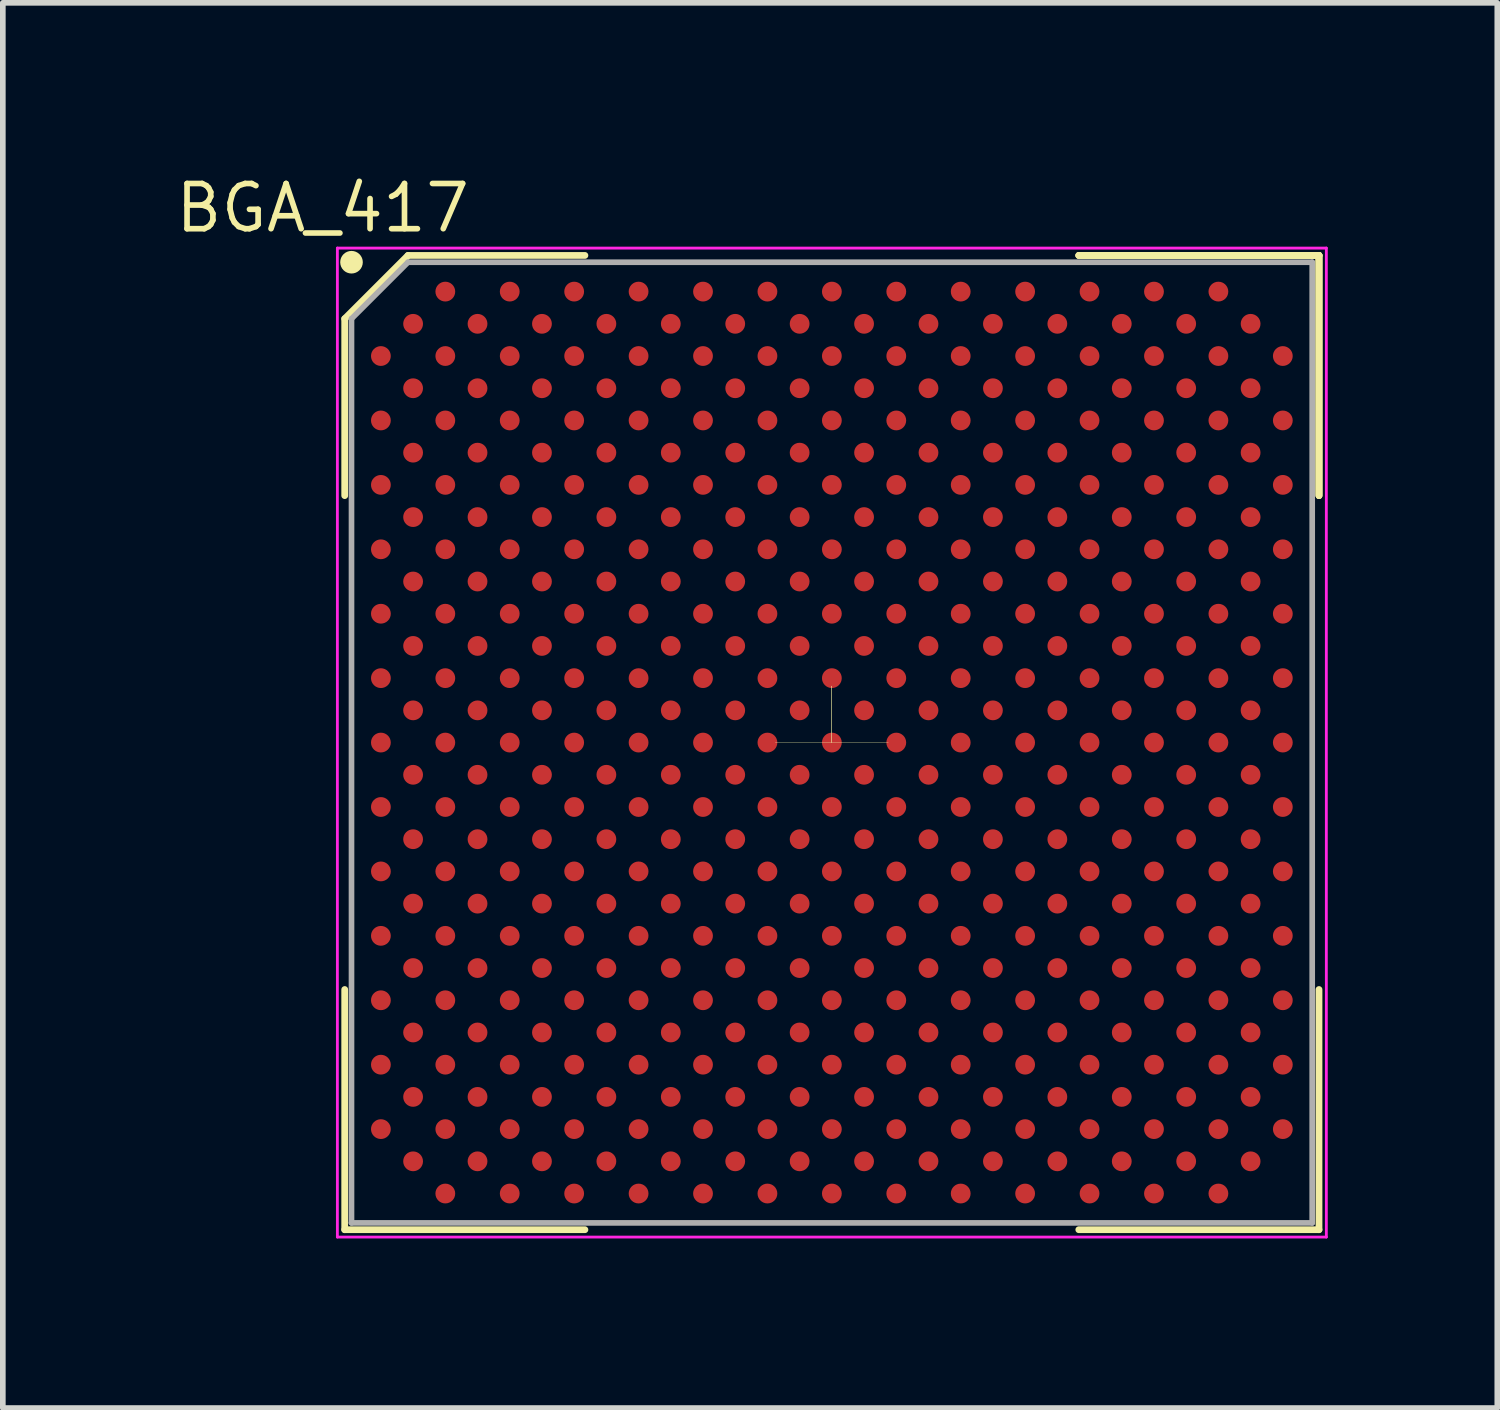
<source format=kicad_pcb>
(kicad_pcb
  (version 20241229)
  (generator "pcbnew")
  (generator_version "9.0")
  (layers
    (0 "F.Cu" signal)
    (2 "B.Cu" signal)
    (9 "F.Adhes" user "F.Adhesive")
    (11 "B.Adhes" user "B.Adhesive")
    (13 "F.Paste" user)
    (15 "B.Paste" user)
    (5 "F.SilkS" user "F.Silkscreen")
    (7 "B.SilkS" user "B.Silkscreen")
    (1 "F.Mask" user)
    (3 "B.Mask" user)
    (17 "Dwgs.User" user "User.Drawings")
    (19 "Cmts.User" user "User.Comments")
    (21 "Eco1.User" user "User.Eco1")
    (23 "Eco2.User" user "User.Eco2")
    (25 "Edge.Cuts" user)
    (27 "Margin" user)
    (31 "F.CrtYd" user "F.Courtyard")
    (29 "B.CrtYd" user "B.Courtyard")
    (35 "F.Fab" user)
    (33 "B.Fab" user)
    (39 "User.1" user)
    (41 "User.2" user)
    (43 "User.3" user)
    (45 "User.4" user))
  (footprint "BGA_417"
    (layer "F.Cu")
    (at 11.67 10.09)
    (property "Reference" "BGA_417" (at -9.01 -8.99 0) (unlocked yes) (layer "F.SilkS") (effects (font (size 0.8 0.8) (thickness 0.1)) (justify bottom)))
    (fp_line (start -8.62 -7.5) (end -8.62 -4.37) (stroke (width 0.12) (type solid)) (layer "F.SilkS"))
    (fp_line (start -8.62 8.62) (end -8.62 4.37) (stroke (width 0.12) (type solid)) (layer "F.SilkS"))
    (fp_line (start -7.5 -8.62) (end -8.62 -7.5) (stroke (width 0.12) (type solid)) (layer "F.SilkS"))
    (fp_line (start -4.37 -8.62) (end -7.5 -8.62) (stroke (width 0.12) (type solid)) (layer "F.SilkS"))
    (fp_line (start -4.37 8.62) (end -8.62 8.62) (stroke (width 0.12) (type solid)) (layer "F.SilkS"))
    (fp_line (start 0 0) (end -1 0) (stroke (width 0.005) (type solid)) (layer "F.SilkS"))
    (fp_line (start 0 0) (end 0 -1) (stroke (width 0.005) (type solid)) (layer "F.SilkS"))
    (fp_line (start 0 0) (end 0 -1) (stroke (width 0.005) (type solid)) (layer "F.SilkS"))
    (fp_line (start 0 0) (end 0 -1) (stroke (width 0.005) (type solid)) (layer "F.SilkS"))
    (fp_line (start 0 0) (end 1 0) (stroke (width 0.005) (type solid)) (layer "F.SilkS"))
    (fp_line (start 4.37 -8.62) (end 8.62 -8.62) (stroke (width 0.12) (type solid)) (layer "F.SilkS"))
    (fp_line (start 4.37 -8.62) (end 8.62 -8.62) (stroke (width 0.12) (type solid)) (layer "F.SilkS"))
    (fp_line (start 4.37 -8.62) (end 8.62 -8.62) (stroke (width 0.12) (type solid)) (layer "F.SilkS"))
    (fp_line (start 4.37 8.62) (end 8.62 8.62) (stroke (width 0.12) (type solid)) (layer "F.SilkS"))
    (fp_line (start 8.62 -8.62) (end 8.62 -4.37) (stroke (width 0.12) (type solid)) (layer "F.SilkS"))
    (fp_line (start 8.62 -8.62) (end 8.62 -4.37) (stroke (width 0.12) (type solid)) (layer "F.SilkS"))
    (fp_line (start 8.62 -8.62) (end 8.62 -4.37) (stroke (width 0.12) (type solid)) (layer "F.SilkS"))
    (fp_line (start 8.62 8.62) (end 8.62 4.37) (stroke (width 0.12) (type solid)) (layer "F.SilkS"))
    (fp_circle (center -8.5 -8.5) (end -8.5 -8.4) (stroke (width 0.2) (type solid)) (fill no) (layer "F.SilkS"))
    (fp_line (start -8.75 -8.75) (end 8.75 -8.75) (stroke (width 0.05) (type solid)) (layer "F.CrtYd"))
    (fp_line (start -8.75 8.75) (end -8.75 -8.75) (stroke (width 0.05) (type solid)) (layer "F.CrtYd"))
    (fp_line (start 8.75 -8.75) (end 8.75 8.75) (stroke (width 0.05) (type solid)) (layer "F.CrtYd"))
    (fp_line (start 8.75 8.75) (end -8.75 8.75) (stroke (width 0.05) (type solid)) (layer "F.CrtYd"))
    (fp_line (start -8.5 -7.5) (end -8.5 8.5) (stroke (width 0.1) (type solid)) (layer "F.Fab"))
    (fp_line (start -8.5 8.5) (end 8.5 8.5) (stroke (width 0.1) (type solid)) (layer "F.Fab"))
    (fp_line (start -7.5 -8.5) (end -8.5 -7.5) (stroke (width 0.1) (type solid)) (layer "F.Fab"))
    (fp_line (start 8.5 -8.5) (end -7.5 -8.5) (stroke (width 0.1) (type solid)) (layer "F.Fab"))
    (fp_line (start 8.5 8.5) (end 8.5 -8.5) (stroke (width 0.1) (type solid)) (layer "F.Fab"))
    (pad "A3" smd circle (at -6.84 -7.98) (size 0.35 0.35) (layers "F.Cu" "F.Mask" "F.Paste"))
    (pad "A5" smd circle (at -5.7 -7.98) (size 0.35 0.35) (layers "F.Cu" "F.Mask" "F.Paste"))
    (pad "A7" smd circle (at -4.56 -7.98) (size 0.35 0.35) (layers "F.Cu" "F.Mask" "F.Paste"))
    (pad "A9" smd circle (at -3.42 -7.98) (size 0.35 0.35) (layers "F.Cu" "F.Mask" "F.Paste"))
    (pad "A11" smd circle (at -2.28 -7.98) (size 0.35 0.35) (layers "F.Cu" "F.Mask" "F.Paste"))
    (pad "A13" smd circle (at -1.14 -7.98) (size 0.35 0.35) (layers "F.Cu" "F.Mask" "F.Paste"))
    (pad "A15" smd circle (at 0 -7.98) (size 0.35 0.35) (layers "F.Cu" "F.Mask" "F.Paste"))
    (pad "A17" smd circle (at 1.14 -7.98) (size 0.35 0.35) (layers "F.Cu" "F.Mask" "F.Paste"))
    (pad "A19" smd circle (at 2.28 -7.98) (size 0.35 0.35) (layers "F.Cu" "F.Mask" "F.Paste"))
    (pad "A21" smd circle (at 3.42 -7.98) (size 0.35 0.35) (layers "F.Cu" "F.Mask" "F.Paste"))
    (pad "A23" smd circle (at 4.56 -7.98) (size 0.35 0.35) (layers "F.Cu" "F.Mask" "F.Paste"))
    (pad "A25" smd circle (at 5.7 -7.98) (size 0.35 0.35) (layers "F.Cu" "F.Mask" "F.Paste"))
    (pad "A27" smd circle (at 6.84 -7.98) (size 0.35 0.35) (layers "F.Cu" "F.Mask" "F.Paste"))
    (pad "AA1" smd circle (at -7.98 3.42) (size 0.35 0.35) (layers "F.Cu" "F.Mask" "F.Paste"))
    (pad "AA3" smd circle (at -6.84 3.42) (size 0.35 0.35) (layers "F.Cu" "F.Mask" "F.Paste"))
    (pad "AA5" smd circle (at -5.7 3.42) (size 0.35 0.35) (layers "F.Cu" "F.Mask" "F.Paste"))
    (pad "AA7" smd circle (at -4.56 3.42) (size 0.35 0.35) (layers "F.Cu" "F.Mask" "F.Paste"))
    (pad "AA9" smd circle (at -3.42 3.42) (size 0.35 0.35) (layers "F.Cu" "F.Mask" "F.Paste"))
    (pad "AA11" smd circle (at -2.28 3.42) (size 0.35 0.35) (layers "F.Cu" "F.Mask" "F.Paste"))
    (pad "AA13" smd circle (at -1.14 3.42) (size 0.35 0.35) (layers "F.Cu" "F.Mask" "F.Paste"))
    (pad "AA15" smd circle (at 0 3.42) (size 0.35 0.35) (layers "F.Cu" "F.Mask" "F.Paste"))
    (pad "AA17" smd circle (at 1.14 3.42) (size 0.35 0.35) (layers "F.Cu" "F.Mask" "F.Paste"))
    (pad "AA19" smd circle (at 2.28 3.42) (size 0.35 0.35) (layers "F.Cu" "F.Mask" "F.Paste"))
    (pad "AA21" smd circle (at 3.42 3.42) (size 0.35 0.35) (layers "F.Cu" "F.Mask" "F.Paste"))
    (pad "AA23" smd circle (at 4.56 3.42) (size 0.35 0.35) (layers "F.Cu" "F.Mask" "F.Paste"))
    (pad "AA25" smd circle (at 5.7 3.42) (size 0.35 0.35) (layers "F.Cu" "F.Mask" "F.Paste"))
    (pad "AA27" smd circle (at 6.84 3.42) (size 0.35 0.35) (layers "F.Cu" "F.Mask" "F.Paste"))
    (pad "AA29" smd circle (at 7.98 3.42) (size 0.35 0.35) (layers "F.Cu" "F.Mask" "F.Paste"))
    (pad "AB2" smd circle (at -7.41 3.99) (size 0.35 0.35) (layers "F.Cu" "F.Mask" "F.Paste"))
    (pad "AB4" smd circle (at -6.27 3.99) (size 0.35 0.35) (layers "F.Cu" "F.Mask" "F.Paste"))
    (pad "AB6" smd circle (at -5.13 3.99) (size 0.35 0.35) (layers "F.Cu" "F.Mask" "F.Paste"))
    (pad "AB8" smd circle (at -3.99 3.99) (size 0.35 0.35) (layers "F.Cu" "F.Mask" "F.Paste"))
    (pad "AB10" smd circle (at -2.85 3.99) (size 0.35 0.35) (layers "F.Cu" "F.Mask" "F.Paste"))
    (pad "AB12" smd circle (at -1.71 3.99) (size 0.35 0.35) (layers "F.Cu" "F.Mask" "F.Paste"))
    (pad "AB14" smd circle (at -0.57 3.99) (size 0.35 0.35) (layers "F.Cu" "F.Mask" "F.Paste"))
    (pad "AB16" smd circle (at 0.57 3.99) (size 0.35 0.35) (layers "F.Cu" "F.Mask" "F.Paste"))
    (pad "AB18" smd circle (at 1.71 3.99) (size 0.35 0.35) (layers "F.Cu" "F.Mask" "F.Paste"))
    (pad "AB20" smd circle (at 2.85 3.99) (size 0.35 0.35) (layers "F.Cu" "F.Mask" "F.Paste"))
    (pad "AB22" smd circle (at 3.99 3.99) (size 0.35 0.35) (layers "F.Cu" "F.Mask" "F.Paste"))
    (pad "AB24" smd circle (at 5.13 3.99) (size 0.35 0.35) (layers "F.Cu" "F.Mask" "F.Paste"))
    (pad "AB26" smd circle (at 6.27 3.99) (size 0.35 0.35) (layers "F.Cu" "F.Mask" "F.Paste"))
    (pad "AB28" smd circle (at 7.41 3.99) (size 0.35 0.35) (layers "F.Cu" "F.Mask" "F.Paste"))
    (pad "AC1" smd circle (at -7.98 4.56) (size 0.35 0.35) (layers "F.Cu" "F.Mask" "F.Paste"))
    (pad "AC3" smd circle (at -6.84 4.56) (size 0.35 0.35) (layers "F.Cu" "F.Mask" "F.Paste"))
    (pad "AC5" smd circle (at -5.7 4.56) (size 0.35 0.35) (layers "F.Cu" "F.Mask" "F.Paste"))
    (pad "AC7" smd circle (at -4.56 4.56) (size 0.35 0.35) (layers "F.Cu" "F.Mask" "F.Paste"))
    (pad "AC9" smd circle (at -3.42 4.56) (size 0.35 0.35) (layers "F.Cu" "F.Mask" "F.Paste"))
    (pad "AC11" smd circle (at -2.28 4.56) (size 0.35 0.35) (layers "F.Cu" "F.Mask" "F.Paste"))
    (pad "AC13" smd circle (at -1.14 4.56) (size 0.35 0.35) (layers "F.Cu" "F.Mask" "F.Paste"))
    (pad "AC15" smd circle (at 0 4.56) (size 0.35 0.35) (layers "F.Cu" "F.Mask" "F.Paste"))
    (pad "AC17" smd circle (at 1.14 4.56) (size 0.35 0.35) (layers "F.Cu" "F.Mask" "F.Paste"))
    (pad "AC19" smd circle (at 2.28 4.56) (size 0.35 0.35) (layers "F.Cu" "F.Mask" "F.Paste"))
    (pad "AC21" smd circle (at 3.42 4.56) (size 0.35 0.35) (layers "F.Cu" "F.Mask" "F.Paste"))
    (pad "AC23" smd circle (at 4.56 4.56) (size 0.35 0.35) (layers "F.Cu" "F.Mask" "F.Paste"))
    (pad "AC25" smd circle (at 5.7 4.56) (size 0.35 0.35) (layers "F.Cu" "F.Mask" "F.Paste"))
    (pad "AC27" smd circle (at 6.84 4.56) (size 0.35 0.35) (layers "F.Cu" "F.Mask" "F.Paste"))
    (pad "AC29" smd circle (at 7.98 4.56) (size 0.35 0.35) (layers "F.Cu" "F.Mask" "F.Paste"))
    (pad "AD2" smd circle (at -7.41 5.13) (size 0.35 0.35) (layers "F.Cu" "F.Mask" "F.Paste"))
    (pad "AD4" smd circle (at -6.27 5.13) (size 0.35 0.35) (layers "F.Cu" "F.Mask" "F.Paste"))
    (pad "AD6" smd circle (at -5.13 5.13) (size 0.35 0.35) (layers "F.Cu" "F.Mask" "F.Paste"))
    (pad "AD8" smd circle (at -3.99 5.13) (size 0.35 0.35) (layers "F.Cu" "F.Mask" "F.Paste"))
    (pad "AD10" smd circle (at -2.85 5.13) (size 0.35 0.35) (layers "F.Cu" "F.Mask" "F.Paste"))
    (pad "AD12" smd circle (at -1.71 5.13) (size 0.35 0.35) (layers "F.Cu" "F.Mask" "F.Paste"))
    (pad "AD14" smd circle (at -0.57 5.13) (size 0.35 0.35) (layers "F.Cu" "F.Mask" "F.Paste"))
    (pad "AD16" smd circle (at 0.57 5.13) (size 0.35 0.35) (layers "F.Cu" "F.Mask" "F.Paste"))
    (pad "AD18" smd circle (at 1.71 5.13) (size 0.35 0.35) (layers "F.Cu" "F.Mask" "F.Paste"))
    (pad "AD20" smd circle (at 2.85 5.13) (size 0.35 0.35) (layers "F.Cu" "F.Mask" "F.Paste"))
    (pad "AD22" smd circle (at 3.99 5.13) (size 0.35 0.35) (layers "F.Cu" "F.Mask" "F.Paste"))
    (pad "AD24" smd circle (at 5.13 5.13) (size 0.35 0.35) (layers "F.Cu" "F.Mask" "F.Paste"))
    (pad "AD26" smd circle (at 6.27 5.13) (size 0.35 0.35) (layers "F.Cu" "F.Mask" "F.Paste"))
    (pad "AD28" smd circle (at 7.41 5.13) (size 0.35 0.35) (layers "F.Cu" "F.Mask" "F.Paste"))
    (pad "AE1" smd circle (at -7.98 5.7) (size 0.35 0.35) (layers "F.Cu" "F.Mask" "F.Paste"))
    (pad "AE3" smd circle (at -6.84 5.7) (size 0.35 0.35) (layers "F.Cu" "F.Mask" "F.Paste"))
    (pad "AE5" smd circle (at -5.7 5.7) (size 0.35 0.35) (layers "F.Cu" "F.Mask" "F.Paste"))
    (pad "AE7" smd circle (at -4.56 5.7) (size 0.35 0.35) (layers "F.Cu" "F.Mask" "F.Paste"))
    (pad "AE9" smd circle (at -3.42 5.7) (size 0.35 0.35) (layers "F.Cu" "F.Mask" "F.Paste"))
    (pad "AE11" smd circle (at -2.28 5.7) (size 0.35 0.35) (layers "F.Cu" "F.Mask" "F.Paste"))
    (pad "AE13" smd circle (at -1.14 5.7) (size 0.35 0.35) (layers "F.Cu" "F.Mask" "F.Paste"))
    (pad "AE15" smd circle (at 0 5.7) (size 0.35 0.35) (layers "F.Cu" "F.Mask" "F.Paste"))
    (pad "AE17" smd circle (at 1.14 5.7) (size 0.35 0.35) (layers "F.Cu" "F.Mask" "F.Paste"))
    (pad "AE19" smd circle (at 2.28 5.7) (size 0.35 0.35) (layers "F.Cu" "F.Mask" "F.Paste"))
    (pad "AE21" smd circle (at 3.42 5.7) (size 0.35 0.35) (layers "F.Cu" "F.Mask" "F.Paste"))
    (pad "AE23" smd circle (at 4.56 5.7) (size 0.35 0.35) (layers "F.Cu" "F.Mask" "F.Paste"))
    (pad "AE25" smd circle (at 5.7 5.7) (size 0.35 0.35) (layers "F.Cu" "F.Mask" "F.Paste"))
    (pad "AE27" smd circle (at 6.84 5.7) (size 0.35 0.35) (layers "F.Cu" "F.Mask" "F.Paste"))
    (pad "AE29" smd circle (at 7.98 5.7) (size 0.35 0.35) (layers "F.Cu" "F.Mask" "F.Paste"))
    (pad "AF2" smd circle (at -7.41 6.27) (size 0.35 0.35) (layers "F.Cu" "F.Mask" "F.Paste"))
    (pad "AF4" smd circle (at -6.27 6.27) (size 0.35 0.35) (layers "F.Cu" "F.Mask" "F.Paste"))
    (pad "AF6" smd circle (at -5.13 6.27) (size 0.35 0.35) (layers "F.Cu" "F.Mask" "F.Paste"))
    (pad "AF8" smd circle (at -3.99 6.27) (size 0.35 0.35) (layers "F.Cu" "F.Mask" "F.Paste"))
    (pad "AF10" smd circle (at -2.85 6.27) (size 0.35 0.35) (layers "F.Cu" "F.Mask" "F.Paste"))
    (pad "AF12" smd circle (at -1.71 6.27) (size 0.35 0.35) (layers "F.Cu" "F.Mask" "F.Paste"))
    (pad "AF14" smd circle (at -0.57 6.27) (size 0.35 0.35) (layers "F.Cu" "F.Mask" "F.Paste"))
    (pad "AF16" smd circle (at 0.57 6.27) (size 0.35 0.35) (layers "F.Cu" "F.Mask" "F.Paste"))
    (pad "AF18" smd circle (at 1.71 6.27) (size 0.35 0.35) (layers "F.Cu" "F.Mask" "F.Paste"))
    (pad "AF20" smd circle (at 2.85 6.27) (size 0.35 0.35) (layers "F.Cu" "F.Mask" "F.Paste"))
    (pad "AF22" smd circle (at 3.99 6.27) (size 0.35 0.35) (layers "F.Cu" "F.Mask" "F.Paste"))
    (pad "AF24" smd circle (at 5.13 6.27) (size 0.35 0.35) (layers "F.Cu" "F.Mask" "F.Paste"))
    (pad "AF26" smd circle (at 6.27 6.27) (size 0.35 0.35) (layers "F.Cu" "F.Mask" "F.Paste"))
    (pad "AF28" smd circle (at 7.41 6.27) (size 0.35 0.35) (layers "F.Cu" "F.Mask" "F.Paste"))
    (pad "AG1" smd circle (at -7.98 6.84) (size 0.35 0.35) (layers "F.Cu" "F.Mask" "F.Paste"))
    (pad "AG3" smd circle (at -6.84 6.84) (size 0.35 0.35) (layers "F.Cu" "F.Mask" "F.Paste"))
    (pad "AG5" smd circle (at -5.7 6.84) (size 0.35 0.35) (layers "F.Cu" "F.Mask" "F.Paste"))
    (pad "AG7" smd circle (at -4.56 6.84) (size 0.35 0.35) (layers "F.Cu" "F.Mask" "F.Paste"))
    (pad "AG9" smd circle (at -3.42 6.84) (size 0.35 0.35) (layers "F.Cu" "F.Mask" "F.Paste"))
    (pad "AG11" smd circle (at -2.28 6.84) (size 0.35 0.35) (layers "F.Cu" "F.Mask" "F.Paste"))
    (pad "AG13" smd circle (at -1.14 6.84) (size 0.35 0.35) (layers "F.Cu" "F.Mask" "F.Paste"))
    (pad "AG15" smd circle (at 0 6.84) (size 0.35 0.35) (layers "F.Cu" "F.Mask" "F.Paste"))
    (pad "AG17" smd circle (at 1.14 6.84) (size 0.35 0.35) (layers "F.Cu" "F.Mask" "F.Paste"))
    (pad "AG19" smd circle (at 2.28 6.84) (size 0.35 0.35) (layers "F.Cu" "F.Mask" "F.Paste"))
    (pad "AG21" smd circle (at 3.42 6.84) (size 0.35 0.35) (layers "F.Cu" "F.Mask" "F.Paste"))
    (pad "AG23" smd circle (at 4.56 6.84) (size 0.35 0.35) (layers "F.Cu" "F.Mask" "F.Paste"))
    (pad "AG25" smd circle (at 5.7 6.84) (size 0.35 0.35) (layers "F.Cu" "F.Mask" "F.Paste"))
    (pad "AG27" smd circle (at 6.84 6.84) (size 0.35 0.35) (layers "F.Cu" "F.Mask" "F.Paste"))
    (pad "AG29" smd circle (at 7.98 6.84) (size 0.35 0.35) (layers "F.Cu" "F.Mask" "F.Paste"))
    (pad "AH2" smd circle (at -7.41 7.41) (size 0.35 0.35) (layers "F.Cu" "F.Mask" "F.Paste"))
    (pad "AH4" smd circle (at -6.27 7.41) (size 0.35 0.35) (layers "F.Cu" "F.Mask" "F.Paste"))
    (pad "AH6" smd circle (at -5.13 7.41) (size 0.35 0.35) (layers "F.Cu" "F.Mask" "F.Paste"))
    (pad "AH8" smd circle (at -3.99 7.41) (size 0.35 0.35) (layers "F.Cu" "F.Mask" "F.Paste"))
    (pad "AH10" smd circle (at -2.85 7.41) (size 0.35 0.35) (layers "F.Cu" "F.Mask" "F.Paste"))
    (pad "AH12" smd circle (at -1.71 7.41) (size 0.35 0.35) (layers "F.Cu" "F.Mask" "F.Paste"))
    (pad "AH14" smd circle (at -0.57 7.41) (size 0.35 0.35) (layers "F.Cu" "F.Mask" "F.Paste"))
    (pad "AH16" smd circle (at 0.57 7.41) (size 0.35 0.35) (layers "F.Cu" "F.Mask" "F.Paste"))
    (pad "AH18" smd circle (at 1.71 7.41) (size 0.35 0.35) (layers "F.Cu" "F.Mask" "F.Paste"))
    (pad "AH20" smd circle (at 2.85 7.41) (size 0.35 0.35) (layers "F.Cu" "F.Mask" "F.Paste"))
    (pad "AH22" smd circle (at 3.99 7.41) (size 0.35 0.35) (layers "F.Cu" "F.Mask" "F.Paste"))
    (pad "AH24" smd circle (at 5.13 7.41) (size 0.35 0.35) (layers "F.Cu" "F.Mask" "F.Paste"))
    (pad "AH26" smd circle (at 6.27 7.41) (size 0.35 0.35) (layers "F.Cu" "F.Mask" "F.Paste"))
    (pad "AH28" smd circle (at 7.41 7.41) (size 0.35 0.35) (layers "F.Cu" "F.Mask" "F.Paste"))
    (pad "AJ3" smd circle (at -6.84 7.98) (size 0.35 0.35) (layers "F.Cu" "F.Mask" "F.Paste"))
    (pad "AJ5" smd circle (at -5.7 7.98) (size 0.35 0.35) (layers "F.Cu" "F.Mask" "F.Paste"))
    (pad "AJ7" smd circle (at -4.56 7.98) (size 0.35 0.35) (layers "F.Cu" "F.Mask" "F.Paste"))
    (pad "AJ9" smd circle (at -3.42 7.98) (size 0.35 0.35) (layers "F.Cu" "F.Mask" "F.Paste"))
    (pad "AJ11" smd circle (at -2.28 7.98) (size 0.35 0.35) (layers "F.Cu" "F.Mask" "F.Paste"))
    (pad "AJ13" smd circle (at -1.14 7.98) (size 0.35 0.35) (layers "F.Cu" "F.Mask" "F.Paste"))
    (pad "AJ15" smd circle (at 0 7.98) (size 0.35 0.35) (layers "F.Cu" "F.Mask" "F.Paste"))
    (pad "AJ17" smd circle (at 1.14 7.98) (size 0.35 0.35) (layers "F.Cu" "F.Mask" "F.Paste"))
    (pad "AJ19" smd circle (at 2.28 7.98) (size 0.35 0.35) (layers "F.Cu" "F.Mask" "F.Paste"))
    (pad "AJ21" smd circle (at 3.42 7.98) (size 0.35 0.35) (layers "F.Cu" "F.Mask" "F.Paste"))
    (pad "AJ23" smd circle (at 4.56 7.98) (size 0.35 0.35) (layers "F.Cu" "F.Mask" "F.Paste"))
    (pad "AJ25" smd circle (at 5.7 7.98) (size 0.35 0.35) (layers "F.Cu" "F.Mask" "F.Paste"))
    (pad "AJ27" smd circle (at 6.84 7.98) (size 0.35 0.35) (layers "F.Cu" "F.Mask" "F.Paste"))
    (pad "B2" smd circle (at -7.41 -7.41) (size 0.35 0.35) (layers "F.Cu" "F.Mask" "F.Paste"))
    (pad "B4" smd circle (at -6.27 -7.41) (size 0.35 0.35) (layers "F.Cu" "F.Mask" "F.Paste"))
    (pad "B6" smd circle (at -5.13 -7.41) (size 0.35 0.35) (layers "F.Cu" "F.Mask" "F.Paste"))
    (pad "B8" smd circle (at -3.99 -7.41) (size 0.35 0.35) (layers "F.Cu" "F.Mask" "F.Paste"))
    (pad "B10" smd circle (at -2.85 -7.41) (size 0.35 0.35) (layers "F.Cu" "F.Mask" "F.Paste"))
    (pad "B12" smd circle (at -1.71 -7.41) (size 0.35 0.35) (layers "F.Cu" "F.Mask" "F.Paste"))
    (pad "B14" smd circle (at -0.57 -7.41) (size 0.35 0.35) (layers "F.Cu" "F.Mask" "F.Paste"))
    (pad "B16" smd circle (at 0.57 -7.41) (size 0.35 0.35) (layers "F.Cu" "F.Mask" "F.Paste"))
    (pad "B18" smd circle (at 1.71 -7.41) (size 0.35 0.35) (layers "F.Cu" "F.Mask" "F.Paste"))
    (pad "B20" smd circle (at 2.85 -7.41) (size 0.35 0.35) (layers "F.Cu" "F.Mask" "F.Paste"))
    (pad "B22" smd circle (at 3.99 -7.41) (size 0.35 0.35) (layers "F.Cu" "F.Mask" "F.Paste"))
    (pad "B24" smd circle (at 5.13 -7.41) (size 0.35 0.35) (layers "F.Cu" "F.Mask" "F.Paste"))
    (pad "B26" smd circle (at 6.27 -7.41) (size 0.35 0.35) (layers "F.Cu" "F.Mask" "F.Paste"))
    (pad "B28" smd circle (at 7.41 -7.41) (size 0.35 0.35) (layers "F.Cu" "F.Mask" "F.Paste"))
    (pad "C1" smd circle (at -7.98 -6.84) (size 0.35 0.35) (layers "F.Cu" "F.Mask" "F.Paste"))
    (pad "C3" smd circle (at -6.84 -6.84) (size 0.35 0.35) (layers "F.Cu" "F.Mask" "F.Paste"))
    (pad "C5" smd circle (at -5.7 -6.84) (size 0.35 0.35) (layers "F.Cu" "F.Mask" "F.Paste"))
    (pad "C7" smd circle (at -4.56 -6.84) (size 0.35 0.35) (layers "F.Cu" "F.Mask" "F.Paste"))
    (pad "C9" smd circle (at -3.42 -6.84) (size 0.35 0.35) (layers "F.Cu" "F.Mask" "F.Paste"))
    (pad "C11" smd circle (at -2.28 -6.84) (size 0.35 0.35) (layers "F.Cu" "F.Mask" "F.Paste"))
    (pad "C13" smd circle (at -1.14 -6.84) (size 0.35 0.35) (layers "F.Cu" "F.Mask" "F.Paste"))
    (pad "C15" smd circle (at 0 -6.84) (size 0.35 0.35) (layers "F.Cu" "F.Mask" "F.Paste"))
    (pad "C17" smd circle (at 1.14 -6.84) (size 0.35 0.35) (layers "F.Cu" "F.Mask" "F.Paste"))
    (pad "C19" smd circle (at 2.28 -6.84) (size 0.35 0.35) (layers "F.Cu" "F.Mask" "F.Paste"))
    (pad "C21" smd circle (at 3.42 -6.84) (size 0.35 0.35) (layers "F.Cu" "F.Mask" "F.Paste"))
    (pad "C23" smd circle (at 4.56 -6.84) (size 0.35 0.35) (layers "F.Cu" "F.Mask" "F.Paste"))
    (pad "C25" smd circle (at 5.7 -6.84) (size 0.35 0.35) (layers "F.Cu" "F.Mask" "F.Paste"))
    (pad "C27" smd circle (at 6.84 -6.84) (size 0.35 0.35) (layers "F.Cu" "F.Mask" "F.Paste"))
    (pad "C29" smd circle (at 7.98 -6.84) (size 0.35 0.35) (layers "F.Cu" "F.Mask" "F.Paste"))
    (pad "D2" smd circle (at -7.41 -6.27) (size 0.35 0.35) (layers "F.Cu" "F.Mask" "F.Paste"))
    (pad "D4" smd circle (at -6.27 -6.27) (size 0.35 0.35) (layers "F.Cu" "F.Mask" "F.Paste"))
    (pad "D6" smd circle (at -5.13 -6.27) (size 0.35 0.35) (layers "F.Cu" "F.Mask" "F.Paste"))
    (pad "D8" smd circle (at -3.99 -6.27) (size 0.35 0.35) (layers "F.Cu" "F.Mask" "F.Paste"))
    (pad "D10" smd circle (at -2.85 -6.27) (size 0.35 0.35) (layers "F.Cu" "F.Mask" "F.Paste"))
    (pad "D12" smd circle (at -1.71 -6.27) (size 0.35 0.35) (layers "F.Cu" "F.Mask" "F.Paste"))
    (pad "D14" smd circle (at -0.57 -6.27) (size 0.35 0.35) (layers "F.Cu" "F.Mask" "F.Paste"))
    (pad "D16" smd circle (at 0.57 -6.27) (size 0.35 0.35) (layers "F.Cu" "F.Mask" "F.Paste"))
    (pad "D18" smd circle (at 1.71 -6.27) (size 0.35 0.35) (layers "F.Cu" "F.Mask" "F.Paste"))
    (pad "D20" smd circle (at 2.85 -6.27) (size 0.35 0.35) (layers "F.Cu" "F.Mask" "F.Paste"))
    (pad "D22" smd circle (at 3.99 -6.27) (size 0.35 0.35) (layers "F.Cu" "F.Mask" "F.Paste"))
    (pad "D24" smd circle (at 5.13 -6.27) (size 0.35 0.35) (layers "F.Cu" "F.Mask" "F.Paste"))
    (pad "D26" smd circle (at 6.27 -6.27) (size 0.35 0.35) (layers "F.Cu" "F.Mask" "F.Paste"))
    (pad "D28" smd circle (at 7.41 -6.27) (size 0.35 0.35) (layers "F.Cu" "F.Mask" "F.Paste"))
    (pad "E1" smd circle (at -7.98 -5.7) (size 0.35 0.35) (layers "F.Cu" "F.Mask" "F.Paste"))
    (pad "E3" smd circle (at -6.84 -5.7) (size 0.35 0.35) (layers "F.Cu" "F.Mask" "F.Paste"))
    (pad "E5" smd circle (at -5.7 -5.7) (size 0.35 0.35) (layers "F.Cu" "F.Mask" "F.Paste"))
    (pad "E7" smd circle (at -4.56 -5.7) (size 0.35 0.35) (layers "F.Cu" "F.Mask" "F.Paste"))
    (pad "E9" smd circle (at -3.42 -5.7) (size 0.35 0.35) (layers "F.Cu" "F.Mask" "F.Paste"))
    (pad "E11" smd circle (at -2.28 -5.7) (size 0.35 0.35) (layers "F.Cu" "F.Mask" "F.Paste"))
    (pad "E13" smd circle (at -1.14 -5.7) (size 0.35 0.35) (layers "F.Cu" "F.Mask" "F.Paste"))
    (pad "E15" smd circle (at 0 -5.7) (size 0.35 0.35) (layers "F.Cu" "F.Mask" "F.Paste"))
    (pad "E17" smd circle (at 1.14 -5.7) (size 0.35 0.35) (layers "F.Cu" "F.Mask" "F.Paste"))
    (pad "E19" smd circle (at 2.28 -5.7) (size 0.35 0.35) (layers "F.Cu" "F.Mask" "F.Paste"))
    (pad "E21" smd circle (at 3.42 -5.7) (size 0.35 0.35) (layers "F.Cu" "F.Mask" "F.Paste"))
    (pad "E23" smd circle (at 4.56 -5.7) (size 0.35 0.35) (layers "F.Cu" "F.Mask" "F.Paste"))
    (pad "E25" smd circle (at 5.7 -5.7) (size 0.35 0.35) (layers "F.Cu" "F.Mask" "F.Paste"))
    (pad "E27" smd circle (at 6.84 -5.7) (size 0.35 0.35) (layers "F.Cu" "F.Mask" "F.Paste"))
    (pad "E29" smd circle (at 7.98 -5.7) (size 0.35 0.35) (layers "F.Cu" "F.Mask" "F.Paste"))
    (pad "F2" smd circle (at -7.41 -5.13) (size 0.35 0.35) (layers "F.Cu" "F.Mask" "F.Paste"))
    (pad "F4" smd circle (at -6.27 -5.13) (size 0.35 0.35) (layers "F.Cu" "F.Mask" "F.Paste"))
    (pad "F6" smd circle (at -5.13 -5.13) (size 0.35 0.35) (layers "F.Cu" "F.Mask" "F.Paste"))
    (pad "F8" smd circle (at -3.99 -5.13) (size 0.35 0.35) (layers "F.Cu" "F.Mask" "F.Paste"))
    (pad "F10" smd circle (at -2.85 -5.13) (size 0.35 0.35) (layers "F.Cu" "F.Mask" "F.Paste"))
    (pad "F12" smd circle (at -1.71 -5.13) (size 0.35 0.35) (layers "F.Cu" "F.Mask" "F.Paste"))
    (pad "F14" smd circle (at -0.57 -5.13) (size 0.35 0.35) (layers "F.Cu" "F.Mask" "F.Paste"))
    (pad "F16" smd circle (at 0.57 -5.13) (size 0.35 0.35) (layers "F.Cu" "F.Mask" "F.Paste"))
    (pad "F18" smd circle (at 1.71 -5.13) (size 0.35 0.35) (layers "F.Cu" "F.Mask" "F.Paste"))
    (pad "F20" smd circle (at 2.85 -5.13) (size 0.35 0.35) (layers "F.Cu" "F.Mask" "F.Paste"))
    (pad "F22" smd circle (at 3.99 -5.13) (size 0.35 0.35) (layers "F.Cu" "F.Mask" "F.Paste"))
    (pad "F24" smd circle (at 5.13 -5.13) (size 0.35 0.35) (layers "F.Cu" "F.Mask" "F.Paste"))
    (pad "F26" smd circle (at 6.27 -5.13) (size 0.35 0.35) (layers "F.Cu" "F.Mask" "F.Paste"))
    (pad "F28" smd circle (at 7.41 -5.13) (size 0.35 0.35) (layers "F.Cu" "F.Mask" "F.Paste"))
    (pad "G1" smd circle (at -7.98 -4.56) (size 0.35 0.35) (layers "F.Cu" "F.Mask" "F.Paste"))
    (pad "G3" smd circle (at -6.84 -4.56) (size 0.35 0.35) (layers "F.Cu" "F.Mask" "F.Paste"))
    (pad "G5" smd circle (at -5.7 -4.56) (size 0.35 0.35) (layers "F.Cu" "F.Mask" "F.Paste"))
    (pad "G7" smd circle (at -4.56 -4.56) (size 0.35 0.35) (layers "F.Cu" "F.Mask" "F.Paste"))
    (pad "G9" smd circle (at -3.42 -4.56) (size 0.35 0.35) (layers "F.Cu" "F.Mask" "F.Paste"))
    (pad "G11" smd circle (at -2.28 -4.56) (size 0.35 0.35) (layers "F.Cu" "F.Mask" "F.Paste"))
    (pad "G13" smd circle (at -1.14 -4.56) (size 0.35 0.35) (layers "F.Cu" "F.Mask" "F.Paste"))
    (pad "G15" smd circle (at 0 -4.56) (size 0.35 0.35) (layers "F.Cu" "F.Mask" "F.Paste"))
    (pad "G17" smd circle (at 1.14 -4.56) (size 0.35 0.35) (layers "F.Cu" "F.Mask" "F.Paste"))
    (pad "G19" smd circle (at 2.28 -4.56) (size 0.35 0.35) (layers "F.Cu" "F.Mask" "F.Paste"))
    (pad "G21" smd circle (at 3.42 -4.56) (size 0.35 0.35) (layers "F.Cu" "F.Mask" "F.Paste"))
    (pad "G23" smd circle (at 4.56 -4.56) (size 0.35 0.35) (layers "F.Cu" "F.Mask" "F.Paste"))
    (pad "G25" smd circle (at 5.7 -4.56) (size 0.35 0.35) (layers "F.Cu" "F.Mask" "F.Paste"))
    (pad "G27" smd circle (at 6.84 -4.56) (size 0.35 0.35) (layers "F.Cu" "F.Mask" "F.Paste"))
    (pad "G29" smd circle (at 7.98 -4.56) (size 0.35 0.35) (layers "F.Cu" "F.Mask" "F.Paste"))
    (pad "H2" smd circle (at -7.41 -3.99) (size 0.35 0.35) (layers "F.Cu" "F.Mask" "F.Paste"))
    (pad "H4" smd circle (at -6.27 -3.99) (size 0.35 0.35) (layers "F.Cu" "F.Mask" "F.Paste"))
    (pad "H6" smd circle (at -5.13 -3.99) (size 0.35 0.35) (layers "F.Cu" "F.Mask" "F.Paste"))
    (pad "H8" smd circle (at -3.99 -3.99) (size 0.35 0.35) (layers "F.Cu" "F.Mask" "F.Paste"))
    (pad "H10" smd circle (at -2.85 -3.99) (size 0.35 0.35) (layers "F.Cu" "F.Mask" "F.Paste"))
    (pad "H12" smd circle (at -1.71 -3.99) (size 0.35 0.35) (layers "F.Cu" "F.Mask" "F.Paste"))
    (pad "H14" smd circle (at -0.57 -3.99) (size 0.35 0.35) (layers "F.Cu" "F.Mask" "F.Paste"))
    (pad "H16" smd circle (at 0.57 -3.99) (size 0.35 0.35) (layers "F.Cu" "F.Mask" "F.Paste"))
    (pad "H18" smd circle (at 1.71 -3.99) (size 0.35 0.35) (layers "F.Cu" "F.Mask" "F.Paste"))
    (pad "H20" smd circle (at 2.85 -3.99) (size 0.35 0.35) (layers "F.Cu" "F.Mask" "F.Paste"))
    (pad "H22" smd circle (at 3.99 -3.99) (size 0.35 0.35) (layers "F.Cu" "F.Mask" "F.Paste"))
    (pad "H24" smd circle (at 5.13 -3.99) (size 0.35 0.35) (layers "F.Cu" "F.Mask" "F.Paste"))
    (pad "H26" smd circle (at 6.27 -3.99) (size 0.35 0.35) (layers "F.Cu" "F.Mask" "F.Paste"))
    (pad "H28" smd circle (at 7.41 -3.99) (size 0.35 0.35) (layers "F.Cu" "F.Mask" "F.Paste"))
    (pad "J1" smd circle (at -7.98 -3.42) (size 0.35 0.35) (layers "F.Cu" "F.Mask" "F.Paste"))
    (pad "J3" smd circle (at -6.84 -3.42) (size 0.35 0.35) (layers "F.Cu" "F.Mask" "F.Paste"))
    (pad "J5" smd circle (at -5.7 -3.42) (size 0.35 0.35) (layers "F.Cu" "F.Mask" "F.Paste"))
    (pad "J7" smd circle (at -4.56 -3.42) (size 0.35 0.35) (layers "F.Cu" "F.Mask" "F.Paste"))
    (pad "J9" smd circle (at -3.42 -3.42) (size 0.35 0.35) (layers "F.Cu" "F.Mask" "F.Paste"))
    (pad "J11" smd circle (at -2.28 -3.42) (size 0.35 0.35) (layers "F.Cu" "F.Mask" "F.Paste"))
    (pad "J13" smd circle (at -1.14 -3.42) (size 0.35 0.35) (layers "F.Cu" "F.Mask" "F.Paste"))
    (pad "J15" smd circle (at 0 -3.42) (size 0.35 0.35) (layers "F.Cu" "F.Mask" "F.Paste"))
    (pad "J17" smd circle (at 1.14 -3.42) (size 0.35 0.35) (layers "F.Cu" "F.Mask" "F.Paste"))
    (pad "J19" smd circle (at 2.28 -3.42) (size 0.35 0.35) (layers "F.Cu" "F.Mask" "F.Paste"))
    (pad "J21" smd circle (at 3.42 -3.42) (size 0.35 0.35) (layers "F.Cu" "F.Mask" "F.Paste"))
    (pad "J23" smd circle (at 4.56 -3.42) (size 0.35 0.35) (layers "F.Cu" "F.Mask" "F.Paste"))
    (pad "J25" smd circle (at 5.7 -3.42) (size 0.35 0.35) (layers "F.Cu" "F.Mask" "F.Paste"))
    (pad "J27" smd circle (at 6.84 -3.42) (size 0.35 0.35) (layers "F.Cu" "F.Mask" "F.Paste"))
    (pad "J29" smd circle (at 7.98 -3.42) (size 0.35 0.35) (layers "F.Cu" "F.Mask" "F.Paste"))
    (pad "K2" smd circle (at -7.41 -2.85) (size 0.35 0.35) (layers "F.Cu" "F.Mask" "F.Paste"))
    (pad "K4" smd circle (at -6.27 -2.85) (size 0.35 0.35) (layers "F.Cu" "F.Mask" "F.Paste"))
    (pad "K6" smd circle (at -5.13 -2.85) (size 0.35 0.35) (layers "F.Cu" "F.Mask" "F.Paste"))
    (pad "K8" smd circle (at -3.99 -2.85) (size 0.35 0.35) (layers "F.Cu" "F.Mask" "F.Paste"))
    (pad "K10" smd circle (at -2.85 -2.85) (size 0.35 0.35) (layers "F.Cu" "F.Mask" "F.Paste"))
    (pad "K12" smd circle (at -1.71 -2.85) (size 0.35 0.35) (layers "F.Cu" "F.Mask" "F.Paste"))
    (pad "K14" smd circle (at -0.57 -2.85) (size 0.35 0.35) (layers "F.Cu" "F.Mask" "F.Paste"))
    (pad "K16" smd circle (at 0.57 -2.85) (size 0.35 0.35) (layers "F.Cu" "F.Mask" "F.Paste"))
    (pad "K18" smd circle (at 1.71 -2.85) (size 0.35 0.35) (layers "F.Cu" "F.Mask" "F.Paste"))
    (pad "K20" smd circle (at 2.85 -2.85) (size 0.35 0.35) (layers "F.Cu" "F.Mask" "F.Paste"))
    (pad "K22" smd circle (at 3.99 -2.85) (size 0.35 0.35) (layers "F.Cu" "F.Mask" "F.Paste"))
    (pad "K24" smd circle (at 5.13 -2.85) (size 0.35 0.35) (layers "F.Cu" "F.Mask" "F.Paste"))
    (pad "K26" smd circle (at 6.27 -2.85) (size 0.35 0.35) (layers "F.Cu" "F.Mask" "F.Paste"))
    (pad "K28" smd circle (at 7.41 -2.85) (size 0.35 0.35) (layers "F.Cu" "F.Mask" "F.Paste"))
    (pad "L1" smd circle (at -7.98 -2.28) (size 0.35 0.35) (layers "F.Cu" "F.Mask" "F.Paste"))
    (pad "L3" smd circle (at -6.84 -2.28) (size 0.35 0.35) (layers "F.Cu" "F.Mask" "F.Paste"))
    (pad "L5" smd circle (at -5.7 -2.28) (size 0.35 0.35) (layers "F.Cu" "F.Mask" "F.Paste"))
    (pad "L7" smd circle (at -4.56 -2.28) (size 0.35 0.35) (layers "F.Cu" "F.Mask" "F.Paste"))
    (pad "L9" smd circle (at -3.42 -2.28) (size 0.35 0.35) (layers "F.Cu" "F.Mask" "F.Paste"))
    (pad "L11" smd circle (at -2.28 -2.28) (size 0.35 0.35) (layers "F.Cu" "F.Mask" "F.Paste"))
    (pad "L13" smd circle (at -1.14 -2.28) (size 0.35 0.35) (layers "F.Cu" "F.Mask" "F.Paste"))
    (pad "L15" smd circle (at 0 -2.28) (size 0.35 0.35) (layers "F.Cu" "F.Mask" "F.Paste"))
    (pad "L17" smd circle (at 1.14 -2.28) (size 0.35 0.35) (layers "F.Cu" "F.Mask" "F.Paste"))
    (pad "L19" smd circle (at 2.28 -2.28) (size 0.35 0.35) (layers "F.Cu" "F.Mask" "F.Paste"))
    (pad "L21" smd circle (at 3.42 -2.28) (size 0.35 0.35) (layers "F.Cu" "F.Mask" "F.Paste"))
    (pad "L23" smd circle (at 4.56 -2.28) (size 0.35 0.35) (layers "F.Cu" "F.Mask" "F.Paste"))
    (pad "L25" smd circle (at 5.7 -2.28) (size 0.35 0.35) (layers "F.Cu" "F.Mask" "F.Paste"))
    (pad "L27" smd circle (at 6.84 -2.28) (size 0.35 0.35) (layers "F.Cu" "F.Mask" "F.Paste"))
    (pad "L29" smd circle (at 7.98 -2.28) (size 0.35 0.35) (layers "F.Cu" "F.Mask" "F.Paste"))
    (pad "M2" smd circle (at -7.41 -1.71) (size 0.35 0.35) (layers "F.Cu" "F.Mask" "F.Paste"))
    (pad "M4" smd circle (at -6.27 -1.71) (size 0.35 0.35) (layers "F.Cu" "F.Mask" "F.Paste"))
    (pad "M6" smd circle (at -5.13 -1.71) (size 0.35 0.35) (layers "F.Cu" "F.Mask" "F.Paste"))
    (pad "M8" smd circle (at -3.99 -1.71) (size 0.35 0.35) (layers "F.Cu" "F.Mask" "F.Paste"))
    (pad "M10" smd circle (at -2.85 -1.71) (size 0.35 0.35) (layers "F.Cu" "F.Mask" "F.Paste"))
    (pad "M12" smd circle (at -1.71 -1.71) (size 0.35 0.35) (layers "F.Cu" "F.Mask" "F.Paste"))
    (pad "M14" smd circle (at -0.57 -1.71) (size 0.35 0.35) (layers "F.Cu" "F.Mask" "F.Paste"))
    (pad "M16" smd circle (at 0.57 -1.71) (size 0.35 0.35) (layers "F.Cu" "F.Mask" "F.Paste"))
    (pad "M18" smd circle (at 1.71 -1.71) (size 0.35 0.35) (layers "F.Cu" "F.Mask" "F.Paste"))
    (pad "M20" smd circle (at 2.85 -1.71) (size 0.35 0.35) (layers "F.Cu" "F.Mask" "F.Paste"))
    (pad "M22" smd circle (at 3.99 -1.71) (size 0.35 0.35) (layers "F.Cu" "F.Mask" "F.Paste"))
    (pad "M24" smd circle (at 5.13 -1.71) (size 0.35 0.35) (layers "F.Cu" "F.Mask" "F.Paste"))
    (pad "M26" smd circle (at 6.27 -1.71) (size 0.35 0.35) (layers "F.Cu" "F.Mask" "F.Paste"))
    (pad "M28" smd circle (at 7.41 -1.71) (size 0.35 0.35) (layers "F.Cu" "F.Mask" "F.Paste"))
    (pad "N1" smd circle (at -7.98 -1.14) (size 0.35 0.35) (layers "F.Cu" "F.Mask" "F.Paste"))
    (pad "N3" smd circle (at -6.84 -1.14) (size 0.35 0.35) (layers "F.Cu" "F.Mask" "F.Paste"))
    (pad "N5" smd circle (at -5.7 -1.14) (size 0.35 0.35) (layers "F.Cu" "F.Mask" "F.Paste"))
    (pad "N7" smd circle (at -4.56 -1.14) (size 0.35 0.35) (layers "F.Cu" "F.Mask" "F.Paste"))
    (pad "N9" smd circle (at -3.42 -1.14) (size 0.35 0.35) (layers "F.Cu" "F.Mask" "F.Paste"))
    (pad "N11" smd circle (at -2.28 -1.14) (size 0.35 0.35) (layers "F.Cu" "F.Mask" "F.Paste"))
    (pad "N13" smd circle (at -1.14 -1.14) (size 0.35 0.35) (layers "F.Cu" "F.Mask" "F.Paste"))
    (pad "N15" smd circle (at 0 -1.14) (size 0.35 0.35) (layers "F.Cu" "F.Mask" "F.Paste"))
    (pad "N17" smd circle (at 1.14 -1.14) (size 0.35 0.35) (layers "F.Cu" "F.Mask" "F.Paste"))
    (pad "N19" smd circle (at 2.28 -1.14) (size 0.35 0.35) (layers "F.Cu" "F.Mask" "F.Paste"))
    (pad "N21" smd circle (at 3.42 -1.14) (size 0.35 0.35) (layers "F.Cu" "F.Mask" "F.Paste"))
    (pad "N23" smd circle (at 4.56 -1.14) (size 0.35 0.35) (layers "F.Cu" "F.Mask" "F.Paste"))
    (pad "N25" smd circle (at 5.7 -1.14) (size 0.35 0.35) (layers "F.Cu" "F.Mask" "F.Paste"))
    (pad "N27" smd circle (at 6.84 -1.14) (size 0.35 0.35) (layers "F.Cu" "F.Mask" "F.Paste"))
    (pad "N29" smd circle (at 7.98 -1.14) (size 0.35 0.35) (layers "F.Cu" "F.Mask" "F.Paste"))
    (pad "P2" smd circle (at -7.41 -0.57) (size 0.35 0.35) (layers "F.Cu" "F.Mask" "F.Paste"))
    (pad "P4" smd circle (at -6.27 -0.57) (size 0.35 0.35) (layers "F.Cu" "F.Mask" "F.Paste"))
    (pad "P6" smd circle (at -5.13 -0.57) (size 0.35 0.35) (layers "F.Cu" "F.Mask" "F.Paste"))
    (pad "P8" smd circle (at -3.99 -0.57) (size 0.35 0.35) (layers "F.Cu" "F.Mask" "F.Paste"))
    (pad "P10" smd circle (at -2.85 -0.57) (size 0.35 0.35) (layers "F.Cu" "F.Mask" "F.Paste"))
    (pad "P12" smd circle (at -1.71 -0.57) (size 0.35 0.35) (layers "F.Cu" "F.Mask" "F.Paste"))
    (pad "P14" smd circle (at -0.57 -0.57) (size 0.35 0.35) (layers "F.Cu" "F.Mask" "F.Paste"))
    (pad "P16" smd circle (at 0.57 -0.57) (size 0.35 0.35) (layers "F.Cu" "F.Mask" "F.Paste"))
    (pad "P18" smd circle (at 1.71 -0.57) (size 0.35 0.35) (layers "F.Cu" "F.Mask" "F.Paste"))
    (pad "P20" smd circle (at 2.85 -0.57) (size 0.35 0.35) (layers "F.Cu" "F.Mask" "F.Paste"))
    (pad "P22" smd circle (at 3.99 -0.57) (size 0.35 0.35) (layers "F.Cu" "F.Mask" "F.Paste"))
    (pad "P24" smd circle (at 5.13 -0.57) (size 0.35 0.35) (layers "F.Cu" "F.Mask" "F.Paste"))
    (pad "P26" smd circle (at 6.27 -0.57) (size 0.35 0.35) (layers "F.Cu" "F.Mask" "F.Paste"))
    (pad "P28" smd circle (at 7.41 -0.57) (size 0.35 0.35) (layers "F.Cu" "F.Mask" "F.Paste"))
    (pad "R1" smd circle (at -7.98 0) (size 0.35 0.35) (layers "F.Cu" "F.Mask" "F.Paste"))
    (pad "R3" smd circle (at -6.84 0) (size 0.35 0.35) (layers "F.Cu" "F.Mask" "F.Paste"))
    (pad "R5" smd circle (at -5.7 0) (size 0.35 0.35) (layers "F.Cu" "F.Mask" "F.Paste"))
    (pad "R7" smd circle (at -4.56 0) (size 0.35 0.35) (layers "F.Cu" "F.Mask" "F.Paste"))
    (pad "R9" smd circle (at -3.42 0) (size 0.35 0.35) (layers "F.Cu" "F.Mask" "F.Paste"))
    (pad "R11" smd circle (at -2.28 0) (size 0.35 0.35) (layers "F.Cu" "F.Mask" "F.Paste"))
    (pad "R13" smd circle (at -1.14 0) (size 0.35 0.35) (layers "F.Cu" "F.Mask" "F.Paste"))
    (pad "R15" smd circle (at 0 0) (size 0.35 0.35) (layers "F.Cu" "F.Mask" "F.Paste"))
    (pad "R17" smd circle (at 1.14 0) (size 0.35 0.35) (layers "F.Cu" "F.Mask" "F.Paste"))
    (pad "R19" smd circle (at 2.28 0) (size 0.35 0.35) (layers "F.Cu" "F.Mask" "F.Paste"))
    (pad "R21" smd circle (at 3.42 0) (size 0.35 0.35) (layers "F.Cu" "F.Mask" "F.Paste"))
    (pad "R23" smd circle (at 4.56 0) (size 0.35 0.35) (layers "F.Cu" "F.Mask" "F.Paste"))
    (pad "R25" smd circle (at 5.7 0) (size 0.35 0.35) (layers "F.Cu" "F.Mask" "F.Paste"))
    (pad "R27" smd circle (at 6.84 0) (size 0.35 0.35) (layers "F.Cu" "F.Mask" "F.Paste"))
    (pad "R29" smd circle (at 7.98 0) (size 0.35 0.35) (layers "F.Cu" "F.Mask" "F.Paste"))
    (pad "T2" smd circle (at -7.41 0.57) (size 0.35 0.35) (layers "F.Cu" "F.Mask" "F.Paste"))
    (pad "T4" smd circle (at -6.27 0.57) (size 0.35 0.35) (layers "F.Cu" "F.Mask" "F.Paste"))
    (pad "T6" smd circle (at -5.13 0.57) (size 0.35 0.35) (layers "F.Cu" "F.Mask" "F.Paste"))
    (pad "T8" smd circle (at -3.99 0.57) (size 0.35 0.35) (layers "F.Cu" "F.Mask" "F.Paste"))
    (pad "T10" smd circle (at -2.85 0.57) (size 0.35 0.35) (layers "F.Cu" "F.Mask" "F.Paste"))
    (pad "T12" smd circle (at -1.71 0.57) (size 0.35 0.35) (layers "F.Cu" "F.Mask" "F.Paste"))
    (pad "T14" smd circle (at -0.57 0.57) (size 0.35 0.35) (layers "F.Cu" "F.Mask" "F.Paste"))
    (pad "T16" smd circle (at 0.57 0.57) (size 0.35 0.35) (layers "F.Cu" "F.Mask" "F.Paste"))
    (pad "T18" smd circle (at 1.71 0.57) (size 0.35 0.35) (layers "F.Cu" "F.Mask" "F.Paste"))
    (pad "T20" smd circle (at 2.85 0.57) (size 0.35 0.35) (layers "F.Cu" "F.Mask" "F.Paste"))
    (pad "T22" smd circle (at 3.99 0.57) (size 0.35 0.35) (layers "F.Cu" "F.Mask" "F.Paste"))
    (pad "T24" smd circle (at 5.13 0.57) (size 0.35 0.35) (layers "F.Cu" "F.Mask" "F.Paste"))
    (pad "T26" smd circle (at 6.27 0.57) (size 0.35 0.35) (layers "F.Cu" "F.Mask" "F.Paste"))
    (pad "T28" smd circle (at 7.41 0.57) (size 0.35 0.35) (layers "F.Cu" "F.Mask" "F.Paste"))
    (pad "U1" smd circle (at -7.98 1.14) (size 0.35 0.35) (layers "F.Cu" "F.Mask" "F.Paste"))
    (pad "U3" smd circle (at -6.84 1.14) (size 0.35 0.35) (layers "F.Cu" "F.Mask" "F.Paste"))
    (pad "U5" smd circle (at -5.7 1.14) (size 0.35 0.35) (layers "F.Cu" "F.Mask" "F.Paste"))
    (pad "U7" smd circle (at -4.56 1.14) (size 0.35 0.35) (layers "F.Cu" "F.Mask" "F.Paste"))
    (pad "U9" smd circle (at -3.42 1.14) (size 0.35 0.35) (layers "F.Cu" "F.Mask" "F.Paste"))
    (pad "U11" smd circle (at -2.28 1.14) (size 0.35 0.35) (layers "F.Cu" "F.Mask" "F.Paste"))
    (pad "U13" smd circle (at -1.14 1.14) (size 0.35 0.35) (layers "F.Cu" "F.Mask" "F.Paste"))
    (pad "U15" smd circle (at 0 1.14) (size 0.35 0.35) (layers "F.Cu" "F.Mask" "F.Paste"))
    (pad "U17" smd circle (at 1.14 1.14) (size 0.35 0.35) (layers "F.Cu" "F.Mask" "F.Paste"))
    (pad "U19" smd circle (at 2.28 1.14) (size 0.35 0.35) (layers "F.Cu" "F.Mask" "F.Paste"))
    (pad "U21" smd circle (at 3.42 1.14) (size 0.35 0.35) (layers "F.Cu" "F.Mask" "F.Paste"))
    (pad "U23" smd circle (at 4.56 1.14) (size 0.35 0.35) (layers "F.Cu" "F.Mask" "F.Paste"))
    (pad "U25" smd circle (at 5.7 1.14) (size 0.35 0.35) (layers "F.Cu" "F.Mask" "F.Paste"))
    (pad "U27" smd circle (at 6.84 1.14) (size 0.35 0.35) (layers "F.Cu" "F.Mask" "F.Paste"))
    (pad "U29" smd circle (at 7.98 1.14) (size 0.35 0.35) (layers "F.Cu" "F.Mask" "F.Paste"))
    (pad "V2" smd circle (at -7.41 1.71) (size 0.35 0.35) (layers "F.Cu" "F.Mask" "F.Paste"))
    (pad "V4" smd circle (at -6.27 1.71) (size 0.35 0.35) (layers "F.Cu" "F.Mask" "F.Paste"))
    (pad "V6" smd circle (at -5.13 1.71) (size 0.35 0.35) (layers "F.Cu" "F.Mask" "F.Paste"))
    (pad "V8" smd circle (at -3.99 1.71) (size 0.35 0.35) (layers "F.Cu" "F.Mask" "F.Paste"))
    (pad "V10" smd circle (at -2.85 1.71) (size 0.35 0.35) (layers "F.Cu" "F.Mask" "F.Paste"))
    (pad "V12" smd circle (at -1.71 1.71) (size 0.35 0.35) (layers "F.Cu" "F.Mask" "F.Paste"))
    (pad "V14" smd circle (at -0.57 1.71) (size 0.35 0.35) (layers "F.Cu" "F.Mask" "F.Paste"))
    (pad "V16" smd circle (at 0.57 1.71) (size 0.35 0.35) (layers "F.Cu" "F.Mask" "F.Paste"))
    (pad "V18" smd circle (at 1.71 1.71) (size 0.35 0.35) (layers "F.Cu" "F.Mask" "F.Paste"))
    (pad "V20" smd circle (at 2.85 1.71) (size 0.35 0.35) (layers "F.Cu" "F.Mask" "F.Paste"))
    (pad "V22" smd circle (at 3.99 1.71) (size 0.35 0.35) (layers "F.Cu" "F.Mask" "F.Paste"))
    (pad "V24" smd circle (at 5.13 1.71) (size 0.35 0.35) (layers "F.Cu" "F.Mask" "F.Paste"))
    (pad "V26" smd circle (at 6.27 1.71) (size 0.35 0.35) (layers "F.Cu" "F.Mask" "F.Paste"))
    (pad "V28" smd circle (at 7.41 1.71) (size 0.35 0.35) (layers "F.Cu" "F.Mask" "F.Paste"))
    (pad "W1" smd circle (at -7.98 2.28) (size 0.35 0.35) (layers "F.Cu" "F.Mask" "F.Paste"))
    (pad "W3" smd circle (at -6.84 2.28) (size 0.35 0.35) (layers "F.Cu" "F.Mask" "F.Paste"))
    (pad "W5" smd circle (at -5.7 2.28) (size 0.35 0.35) (layers "F.Cu" "F.Mask" "F.Paste"))
    (pad "W7" smd circle (at -4.56 2.28) (size 0.35 0.35) (layers "F.Cu" "F.Mask" "F.Paste"))
    (pad "W9" smd circle (at -3.42 2.28) (size 0.35 0.35) (layers "F.Cu" "F.Mask" "F.Paste"))
    (pad "W11" smd circle (at -2.28 2.28) (size 0.35 0.35) (layers "F.Cu" "F.Mask" "F.Paste"))
    (pad "W13" smd circle (at -1.14 2.28) (size 0.35 0.35) (layers "F.Cu" "F.Mask" "F.Paste"))
    (pad "W15" smd circle (at 0 2.28) (size 0.35 0.35) (layers "F.Cu" "F.Mask" "F.Paste"))
    (pad "W17" smd circle (at 1.14 2.28) (size 0.35 0.35) (layers "F.Cu" "F.Mask" "F.Paste"))
    (pad "W19" smd circle (at 2.28 2.28) (size 0.35 0.35) (layers "F.Cu" "F.Mask" "F.Paste"))
    (pad "W21" smd circle (at 3.42 2.28) (size 0.35 0.35) (layers "F.Cu" "F.Mask" "F.Paste"))
    (pad "W23" smd circle (at 4.56 2.28) (size 0.35 0.35) (layers "F.Cu" "F.Mask" "F.Paste"))
    (pad "W25" smd circle (at 5.7 2.28) (size 0.35 0.35) (layers "F.Cu" "F.Mask" "F.Paste"))
    (pad "W27" smd circle (at 6.84 2.28) (size 0.35 0.35) (layers "F.Cu" "F.Mask" "F.Paste"))
    (pad "W29" smd circle (at 7.98 2.28) (size 0.35 0.35) (layers "F.Cu" "F.Mask" "F.Paste"))
    (pad "Y2" smd circle (at -7.41 2.85) (size 0.35 0.35) (layers "F.Cu" "F.Mask" "F.Paste"))
    (pad "Y4" smd circle (at -6.27 2.85) (size 0.35 0.35) (layers "F.Cu" "F.Mask" "F.Paste"))
    (pad "Y6" smd circle (at -5.13 2.85) (size 0.35 0.35) (layers "F.Cu" "F.Mask" "F.Paste"))
    (pad "Y8" smd circle (at -3.99 2.85) (size 0.35 0.35) (layers "F.Cu" "F.Mask" "F.Paste"))
    (pad "Y10" smd circle (at -2.85 2.85) (size 0.35 0.35) (layers "F.Cu" "F.Mask" "F.Paste"))
    (pad "Y12" smd circle (at -1.71 2.85) (size 0.35 0.35) (layers "F.Cu" "F.Mask" "F.Paste"))
    (pad "Y14" smd circle (at -0.57 2.85) (size 0.35 0.35) (layers "F.Cu" "F.Mask" "F.Paste"))
    (pad "Y16" smd circle (at 0.57 2.85) (size 0.35 0.35) (layers "F.Cu" "F.Mask" "F.Paste"))
    (pad "Y18" smd circle (at 1.71 2.85) (size 0.35 0.35) (layers "F.Cu" "F.Mask" "F.Paste"))
    (pad "Y20" smd circle (at 2.85 2.85) (size 0.35 0.35) (layers "F.Cu" "F.Mask" "F.Paste"))
    (pad "Y22" smd circle (at 3.99 2.85) (size 0.35 0.35) (layers "F.Cu" "F.Mask" "F.Paste"))
    (pad "Y24" smd circle (at 5.13 2.85) (size 0.35 0.35) (layers "F.Cu" "F.Mask" "F.Paste"))
    (pad "Y26" smd circle (at 6.27 2.85) (size 0.35 0.35) (layers "F.Cu" "F.Mask" "F.Paste"))
    (pad "Y28" smd circle (at 7.41 2.85) (size 0.35 0.35) (layers "F.Cu" "F.Mask" "F.Paste")))
  (gr_rect
    (start -3 -3)
    (end 23.445 21.865)
    (stroke (width 0.1) (type default))
    (fill no)
    (layer "Edge.Cuts")))
</source>
